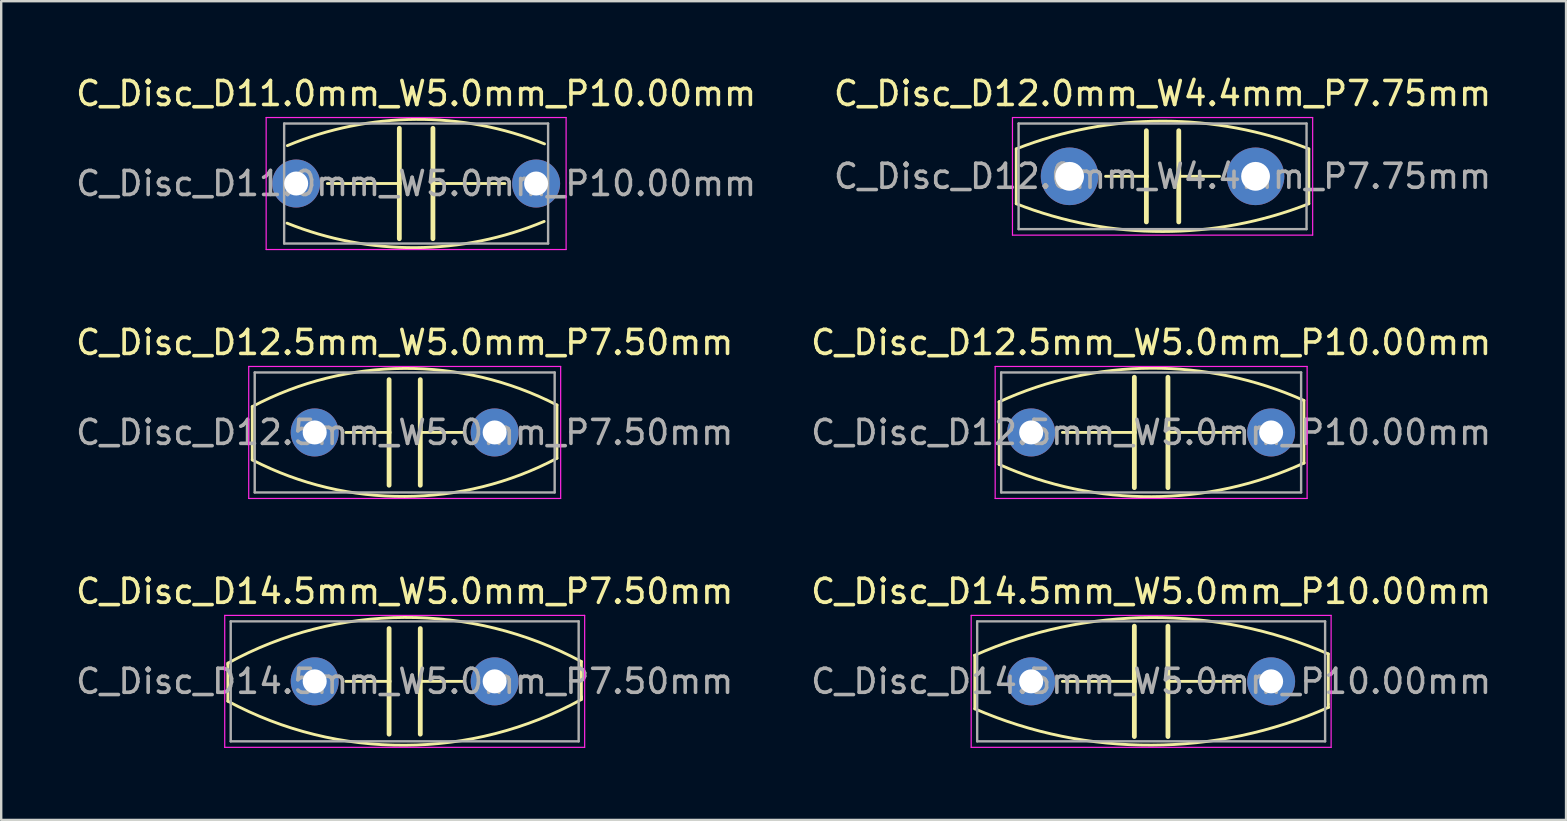
<source format=kicad_pcb>
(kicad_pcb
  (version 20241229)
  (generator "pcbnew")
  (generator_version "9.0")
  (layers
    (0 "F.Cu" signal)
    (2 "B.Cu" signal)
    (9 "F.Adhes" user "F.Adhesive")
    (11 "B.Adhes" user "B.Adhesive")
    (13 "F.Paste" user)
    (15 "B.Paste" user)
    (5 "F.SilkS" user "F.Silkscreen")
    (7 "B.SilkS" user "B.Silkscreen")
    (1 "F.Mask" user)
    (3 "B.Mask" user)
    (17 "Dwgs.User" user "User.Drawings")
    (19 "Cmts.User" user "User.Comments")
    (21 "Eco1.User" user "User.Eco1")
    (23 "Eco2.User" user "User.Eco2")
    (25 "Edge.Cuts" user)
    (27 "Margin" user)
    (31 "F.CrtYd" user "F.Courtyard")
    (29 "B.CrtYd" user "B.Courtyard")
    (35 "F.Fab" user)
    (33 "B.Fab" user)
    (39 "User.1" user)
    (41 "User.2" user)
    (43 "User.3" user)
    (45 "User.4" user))
  (footprint "C_Disc_D14.5mm_W5.0mm_P10.00mm"
    (layer "F.Cu")
    (at 39.923 25.345)
    (property "Reference" "C_Disc_D14.5mm_W5.0mm_P10.00mm" (at 5 -3.75 0) (layer "F.SilkS") (effects (font (size 1 1) (thickness 0.15))))
    (fp_line (start -2.349 -1.079) (end -2.352 -1.086) (stroke (width 0.12) (type solid)) (layer "F.SilkS"))
    (fp_line (start -2.349 1.143) (end -2.349 -1.079) (stroke (width 0.12) (type solid)) (layer "F.SilkS"))
    (fp_line (start 1.3 0) (end 4.3 0) (stroke (width 0.12) (type solid)) (layer "F.SilkS"))
    (fp_line (start 4.3 0) (end 4.3 -2.3) (stroke (width 0.2) (type solid)) (layer "F.SilkS"))
    (fp_line (start 4.3 0) (end 4.3 2.3) (stroke (width 0.2) (type solid)) (layer "F.SilkS"))
    (fp_line (start 5.7 0) (end 5.7 -2.3) (stroke (width 0.2) (type solid)) (layer "F.SilkS"))
    (fp_line (start 5.7 0) (end 5.7 2.3) (stroke (width 0.2) (type solid)) (layer "F.SilkS"))
    (fp_line (start 5.7 0) (end 8.7 0) (stroke (width 0.12) (type solid)) (layer "F.SilkS"))
    (fp_line (start 12.383 -1.143) (end 12.383 0.953) (stroke (width 0.12) (type solid)) (layer "F.SilkS"))
    (fp_line (start 12.383 0.953) (end 12.383 1.079) (stroke (width 0.12) (type solid)) (layer "F.SilkS"))
    (fp_line (start 12.383 1.079) (end 12.385 1.086) (stroke (width 0.12) (type solid)) (layer "F.SilkS"))
    (fp_arc (start -2.352395 -1.086032) (mid 5.009081 -2.659061) (end 12.3825 -1.143) (stroke (width 0.12) (type solid)) (layer "F.SilkS"))
    (fp_arc (start 12.385395 1.086032) (mid 5.023919 2.659061) (end -2.3495 1.143) (stroke (width 0.12) (type solid)) (layer "F.SilkS"))
    (fp_line (start -2.5 -2.75) (end -2.5 2.75) (stroke (width 0.05) (type solid)) (layer "F.CrtYd"))
    (fp_line (start -2.5 2.75) (end 12.5 2.75) (stroke (width 0.05) (type solid)) (layer "F.CrtYd"))
    (fp_line (start 12.5 -2.75) (end -2.5 -2.75) (stroke (width 0.05) (type solid)) (layer "F.CrtYd"))
    (fp_line (start 12.5 2.75) (end 12.5 -2.75) (stroke (width 0.05) (type solid)) (layer "F.CrtYd"))
    (fp_line (start -2.25 -2.5) (end -2.25 2.5) (stroke (width 0.1) (type solid)) (layer "F.Fab"))
    (fp_line (start -2.25 2.5) (end 12.25 2.5) (stroke (width 0.1) (type solid)) (layer "F.Fab"))
    (fp_line (start 12.25 -2.5) (end -2.25 -2.5) (stroke (width 0.1) (type solid)) (layer "F.Fab"))
    (fp_line (start 12.25 2.5) (end 12.25 -2.5) (stroke (width 0.1) (type solid)) (layer "F.Fab"))
    (fp_text user "${REFERENCE}" (at 5 0 0) (layer "F.Fab") (effects (font (size 1 1) (thickness 0.15))))
    (pad "1" thru_hole circle (at 0 0) (size 2 2) (drill 1) (layers "*.Cu" "*.Mask"))
    (pad "2" thru_hole circle (at 10 0) (size 2 2) (drill 1) (layers "*.Cu" "*.Mask")))
  (footprint "C_Disc_D12.5mm_W5.0mm_P7.50mm"
    (layer "F.Cu")
    (at 10.065 14.972)
    (property "Reference" "C_Disc_D12.5mm_W5.0mm_P7.50mm" (at 3.75 -3.75 0) (layer "F.SilkS") (effects (font (size 1 1) (thickness 0.15))))
    (fp_line (start -2.603 1.143) (end -2.602 -1.077) (stroke (width 0.12) (type solid)) (layer "F.SilkS"))
    (fp_line (start 1.3 0) (end 3.1 0) (stroke (width 0.12) (type solid)) (layer "F.SilkS"))
    (fp_line (start 3.1 0) (end 3.1 -2.2) (stroke (width 0.2) (type solid)) (layer "F.SilkS"))
    (fp_line (start 3.1 0) (end 3.1 2.2) (stroke (width 0.2) (type solid)) (layer "F.SilkS"))
    (fp_line (start 4.4 0) (end 4.4 -2.2) (stroke (width 0.2) (type solid)) (layer "F.SilkS"))
    (fp_line (start 4.4 0) (end 4.4 2.2) (stroke (width 0.2) (type solid)) (layer "F.SilkS"))
    (fp_line (start 4.4 0) (end 6.2 0) (stroke (width 0.12) (type solid)) (layer "F.SilkS"))
    (fp_line (start 10.097 -1.143) (end 10.095 1.077) (stroke (width 0.12) (type solid)) (layer "F.SilkS"))
    (fp_arc (start -2.602332 -1.077291) (mid 3.739022 -2.668139) (end 10.0965 -1.143) (stroke (width 0.12) (type solid)) (layer "F.SilkS"))
    (fp_arc (start 10.095332 1.077291) (mid 3.753978 2.668139) (end -2.6035 1.143) (stroke (width 0.12) (type solid)) (layer "F.SilkS"))
    (fp_line (start -2.75 -2.75) (end -2.75 2.75) (stroke (width 0.05) (type solid)) (layer "F.CrtYd"))
    (fp_line (start -2.75 2.75) (end 10.25 2.75) (stroke (width 0.05) (type solid)) (layer "F.CrtYd"))
    (fp_line (start 10.25 -2.75) (end -2.75 -2.75) (stroke (width 0.05) (type solid)) (layer "F.CrtYd"))
    (fp_line (start 10.25 2.75) (end 10.25 -2.75) (stroke (width 0.05) (type solid)) (layer "F.CrtYd"))
    (fp_line (start -2.5 -2.5) (end -2.5 2.5) (stroke (width 0.1) (type solid)) (layer "F.Fab"))
    (fp_line (start -2.5 2.5) (end 10 2.5) (stroke (width 0.1) (type solid)) (layer "F.Fab"))
    (fp_line (start 10 -2.5) (end -2.5 -2.5) (stroke (width 0.1) (type solid)) (layer "F.Fab"))
    (fp_line (start 10 2.5) (end 10 -2.5) (stroke (width 0.1) (type solid)) (layer "F.Fab"))
    (fp_text user "${REFERENCE}" (at 3.75 0 0) (layer "F.Fab") (effects (font (size 1 1) (thickness 0.15))))
    (pad "1" thru_hole circle (at 0 0) (size 2 2) (drill 1) (layers "*.Cu" "*.Mask"))
    (pad "2" thru_hole circle (at 7.5 0) (size 2 2) (drill 1) (layers "*.Cu" "*.Mask")))
  (footprint "C_Disc_D14.5mm_W5.0mm_P7.50mm"
    (layer "F.Cu")
    (at 10.065 25.345)
    (property "Reference" "C_Disc_D14.5mm_W5.0mm_P7.50mm" (at 3.75 -3.75 0) (layer "F.SilkS") (effects (font (size 1 1) (thickness 0.15))))
    (fp_line (start -3.619 -0.699) (end -3.617 -0.758) (stroke (width 0.12) (type solid)) (layer "F.SilkS"))
    (fp_line (start -3.619 0.826) (end -3.619 -0.699) (stroke (width 0.12) (type solid)) (layer "F.SilkS"))
    (fp_line (start 1.3 0) (end 3.1 0) (stroke (width 0.12) (type solid)) (layer "F.SilkS"))
    (fp_line (start 3.1 0) (end 3.1 -2.2) (stroke (width 0.2) (type solid)) (layer "F.SilkS"))
    (fp_line (start 3.1 0) (end 3.1 2.2) (stroke (width 0.2) (type solid)) (layer "F.SilkS"))
    (fp_line (start 4.4 0) (end 4.4 -2.2) (stroke (width 0.2) (type solid)) (layer "F.SilkS"))
    (fp_line (start 4.4 0) (end 4.4 2.2) (stroke (width 0.2) (type solid)) (layer "F.SilkS"))
    (fp_line (start 4.4 0) (end 6.2 0) (stroke (width 0.12) (type solid)) (layer "F.SilkS"))
    (fp_line (start 11.113 -0.826) (end 11.113 0.635) (stroke (width 0.12) (type solid)) (layer "F.SilkS"))
    (fp_line (start 11.113 0.635) (end 11.113 0.699) (stroke (width 0.12) (type solid)) (layer "F.SilkS"))
    (fp_line (start 11.113 0.699) (end 11.11 0.758) (stroke (width 0.12) (type solid)) (layer "F.SilkS"))
    (fp_arc (start -3.617172 -0.757762) (mid 3.739057 -2.663177) (end 11.1125 -0.8255) (stroke (width 0.12) (type solid)) (layer "F.SilkS"))
    (fp_arc (start 11.110172 0.757762) (mid 3.753943 2.663177) (end -3.6195 0.8255) (stroke (width 0.12) (type solid)) (layer "F.SilkS"))
    (fp_line (start -3.75 -2.75) (end -3.75 2.75) (stroke (width 0.05) (type solid)) (layer "F.CrtYd"))
    (fp_line (start -3.75 2.75) (end 11.25 2.75) (stroke (width 0.05) (type solid)) (layer "F.CrtYd"))
    (fp_line (start 11.25 -2.75) (end -3.75 -2.75) (stroke (width 0.05) (type solid)) (layer "F.CrtYd"))
    (fp_line (start 11.25 2.75) (end 11.25 -2.75) (stroke (width 0.05) (type solid)) (layer "F.CrtYd"))
    (fp_line (start -3.5 -2.5) (end -3.5 2.5) (stroke (width 0.1) (type solid)) (layer "F.Fab"))
    (fp_line (start -3.5 2.5) (end 11 2.5) (stroke (width 0.1) (type solid)) (layer "F.Fab"))
    (fp_line (start 11 -2.5) (end -3.5 -2.5) (stroke (width 0.1) (type solid)) (layer "F.Fab"))
    (fp_line (start 11 2.5) (end 11 -2.5) (stroke (width 0.1) (type solid)) (layer "F.Fab"))
    (fp_text user "${REFERENCE}" (at 3.75 0 0) (layer "F.Fab") (effects (font (size 1 1) (thickness 0.15))))
    (pad "1" thru_hole circle (at 0 0) (size 2 2) (drill 1) (layers "*.Cu" "*.Mask"))
    (pad "2" thru_hole circle (at 7.5 0) (size 2 2) (drill 1) (layers "*.Cu" "*.Mask")))
  (footprint "C_Disc_D12.5mm_W5.0mm_P10.00mm"
    (layer "F.Cu")
    (at 39.923 14.972)
    (property "Reference" "C_Disc_D12.5mm_W5.0mm_P10.00mm" (at 5 -3.75 0) (layer "F.SilkS") (effects (font (size 1 1) (thickness 0.15))))
    (fp_line (start -1.333 -1.27) (end -1.336 -1.275) (stroke (width 0.12) (type solid)) (layer "F.SilkS"))
    (fp_line (start -1.333 1.333) (end -1.333 -1.27) (stroke (width 0.12) (type solid)) (layer "F.SilkS"))
    (fp_line (start 1.3 0) (end 4.3 0) (stroke (width 0.12) (type solid)) (layer "F.SilkS"))
    (fp_line (start 4.3 0) (end 4.3 -2.3) (stroke (width 0.2) (type solid)) (layer "F.SilkS"))
    (fp_line (start 4.3 0) (end 4.3 2.3) (stroke (width 0.2) (type solid)) (layer "F.SilkS"))
    (fp_line (start 5.7 0) (end 5.7 -2.3) (stroke (width 0.2) (type solid)) (layer "F.SilkS"))
    (fp_line (start 5.7 0) (end 5.7 2.3) (stroke (width 0.2) (type solid)) (layer "F.SilkS"))
    (fp_line (start 5.7 0) (end 8.7 0) (stroke (width 0.12) (type solid)) (layer "F.SilkS"))
    (fp_line (start 11.367 -1.333) (end 11.367 1.27) (stroke (width 0.12) (type solid)) (layer "F.SilkS"))
    (fp_line (start 11.367 1.27) (end 11.369 1.275) (stroke (width 0.12) (type solid)) (layer "F.SilkS"))
    (fp_arc (start -1.335743 -1.274885) (mid 5.009043 -2.677066) (end 11.3665 -1.3335) (stroke (width 0.12) (type solid)) (layer "F.SilkS"))
    (fp_arc (start 11.368743 1.274885) (mid 5.023957 2.677066) (end -1.3335 1.3335) (stroke (width 0.12) (type solid)) (layer "F.SilkS"))
    (fp_line (start -1.5 -2.75) (end -1.5 2.75) (stroke (width 0.05) (type solid)) (layer "F.CrtYd"))
    (fp_line (start -1.5 2.75) (end 11.5 2.75) (stroke (width 0.05) (type solid)) (layer "F.CrtYd"))
    (fp_line (start 11.5 -2.75) (end -1.5 -2.75) (stroke (width 0.05) (type solid)) (layer "F.CrtYd"))
    (fp_line (start 11.5 2.75) (end 11.5 -2.75) (stroke (width 0.05) (type solid)) (layer "F.CrtYd"))
    (fp_line (start -1.25 -2.5) (end -1.25 2.5) (stroke (width 0.1) (type solid)) (layer "F.Fab"))
    (fp_line (start -1.25 2.5) (end 11.25 2.5) (stroke (width 0.1) (type solid)) (layer "F.Fab"))
    (fp_line (start 11.25 -2.5) (end -1.25 -2.5) (stroke (width 0.1) (type solid)) (layer "F.Fab"))
    (fp_line (start 11.25 2.5) (end 11.25 -2.5) (stroke (width 0.1) (type solid)) (layer "F.Fab"))
    (fp_text user "${REFERENCE}" (at 5 0 0) (layer "F.Fab") (effects (font (size 1 1) (thickness 0.15))))
    (pad "1" thru_hole circle (at 0 0) (size 2 2) (drill 1) (layers "*.Cu" "*.Mask"))
    (pad "2" thru_hole circle (at 10 0) (size 2 2) (drill 1) (layers "*.Cu" "*.Mask")))
  (footprint "C_Disc_D12.0mm_W4.4mm_P7.75mm"
    (layer "F.Cu")
    (at 41.524 4.298)
    (property "Reference" "C_Disc_D12.0mm_W4.4mm_P7.75mm" (at 3.875 -3.45 0) (layer "F.SilkS") (effects (font (size 1 1) (thickness 0.15))))
    (fp_line (start -2.223 1.143) (end -2.223 -1.143) (stroke (width 0.12) (type solid)) (layer "F.SilkS"))
    (fp_line (start 1.5 0) (end 3.2 0) (stroke (width 0.12) (type solid)) (layer "F.SilkS"))
    (fp_line (start 3.2 0) (end 3.2 -1.9) (stroke (width 0.2) (type solid)) (layer "F.SilkS"))
    (fp_line (start 3.2 0) (end 3.2 1.9) (stroke (width 0.2) (type solid)) (layer "F.SilkS"))
    (fp_line (start 4.55 0) (end 4.55 -1.9) (stroke (width 0.2) (type solid)) (layer "F.SilkS"))
    (fp_line (start 4.55 0) (end 4.55 1.9) (stroke (width 0.2) (type solid)) (layer "F.SilkS"))
    (fp_line (start 4.55 0) (end 6.25 0) (stroke (width 0.12) (type solid)) (layer "F.SilkS"))
    (fp_line (start 9.97 -1.143) (end 9.97 1.143) (stroke (width 0.12) (type solid)) (layer "F.SilkS"))
    (fp_arc (start -2.2225 -1.142999) (mid 3.8735 -2.299082) (end 9.9695 -1.143) (stroke (width 0.12) (type solid)) (layer "F.SilkS"))
    (fp_arc (start 9.9695 1.142999) (mid 3.8735 2.299082) (end -2.2225 1.143) (stroke (width 0.12) (type solid)) (layer "F.SilkS"))
    (fp_line (start -2.38 -2.45) (end -2.38 2.45) (stroke (width 0.05) (type solid)) (layer "F.CrtYd"))
    (fp_line (start -2.38 2.45) (end 10.13 2.45) (stroke (width 0.05) (type solid)) (layer "F.CrtYd"))
    (fp_line (start 10.13 -2.45) (end -2.38 -2.45) (stroke (width 0.05) (type solid)) (layer "F.CrtYd"))
    (fp_line (start 10.13 2.45) (end 10.13 -2.45) (stroke (width 0.05) (type solid)) (layer "F.CrtYd"))
    (fp_line (start -2.125 -2.2) (end -2.125 2.2) (stroke (width 0.1) (type solid)) (layer "F.Fab"))
    (fp_line (start -2.125 2.2) (end 9.875 2.2) (stroke (width 0.1) (type solid)) (layer "F.Fab"))
    (fp_line (start 9.875 -2.2) (end -2.125 -2.2) (stroke (width 0.1) (type solid)) (layer "F.Fab"))
    (fp_line (start 9.875 2.2) (end 9.875 -2.2) (stroke (width 0.1) (type solid)) (layer "F.Fab"))
    (fp_text user "${REFERENCE}" (at 3.875 0 0) (layer "F.Fab") (effects (font (size 1 1) (thickness 0.15))))
    (pad "1" thru_hole circle (at 0 0) (size 2.4 2.4) (drill 1.2) (layers "*.Cu" "*.Mask"))
    (pad "2" thru_hole circle (at 7.75 0) (size 2.4 2.4) (drill 1.2) (layers "*.Cu" "*.Mask")))
  (footprint "C_Disc_D11.0mm_W5.0mm_P10.00mm"
    (layer "F.Cu")
    (at 9.292 4.598)
    (property "Reference" "C_Disc_D11.0mm_W5.0mm_P10.00mm" (at 5 -3.75 0) (layer "F.SilkS") (effects (font (size 1 1) (thickness 0.15))))
    (fp_line (start 1.3 0) (end 4.3 0) (stroke (width 0.12) (type solid)) (layer "F.SilkS"))
    (fp_line (start 4.3 0) (end 4.3 -2.3) (stroke (width 0.2) (type solid)) (layer "F.SilkS"))
    (fp_line (start 4.3 0) (end 4.3 2.3) (stroke (width 0.2) (type solid)) (layer "F.SilkS"))
    (fp_line (start 5.7 0) (end 5.7 -2.3) (stroke (width 0.2) (type solid)) (layer "F.SilkS"))
    (fp_line (start 5.7 0) (end 5.7 2.3) (stroke (width 0.2) (type solid)) (layer "F.SilkS"))
    (fp_line (start 5.7 0) (end 8.7 0) (stroke (width 0.12) (type solid)) (layer "F.SilkS"))
    (fp_arc (start -0.365657 -1.579056) (mid 4.985322 -2.672545) (end 10.3505 -1.651) (stroke (width 0.12) (type solid)) (layer "F.SilkS"))
    (fp_arc (start 10.335157 1.579056) (mid 4.984178 2.672545) (end -0.381 1.651) (stroke (width 0.12) (type solid)) (layer "F.SilkS"))
    (fp_line (start -1.25 -2.75) (end -1.25 2.75) (stroke (width 0.05) (type solid)) (layer "F.CrtYd"))
    (fp_line (start -1.25 2.75) (end 11.25 2.75) (stroke (width 0.05) (type solid)) (layer "F.CrtYd"))
    (fp_line (start 11.25 -2.75) (end -1.25 -2.75) (stroke (width 0.05) (type solid)) (layer "F.CrtYd"))
    (fp_line (start 11.25 2.75) (end 11.25 -2.75) (stroke (width 0.05) (type solid)) (layer "F.CrtYd"))
    (fp_line (start -0.5 -2.5) (end -0.5 2.5) (stroke (width 0.1) (type solid)) (layer "F.Fab"))
    (fp_line (start -0.5 2.5) (end 10.5 2.5) (stroke (width 0.1) (type solid)) (layer "F.Fab"))
    (fp_line (start 10.5 -2.5) (end -0.5 -2.5) (stroke (width 0.1) (type solid)) (layer "F.Fab"))
    (fp_line (start 10.5 2.5) (end 10.5 -2.5) (stroke (width 0.1) (type solid)) (layer "F.Fab"))
    (fp_text user "${REFERENCE}" (at 5 0 0) (layer "F.Fab") (effects (font (size 1 1) (thickness 0.15))))
    (pad "1" thru_hole circle (at 0 0) (size 2 2) (drill 1) (layers "*.Cu" "*.Mask"))
    (pad "2" thru_hole circle (at 10 0) (size 2 2) (drill 1) (layers "*.Cu" "*.Mask")))
  (gr_rect
    (start -3 -3)
    (end 62.214 31.12)
    (stroke (width 0.1) (type default))
    (fill no)
    (layer "Edge.Cuts")))
</source>
